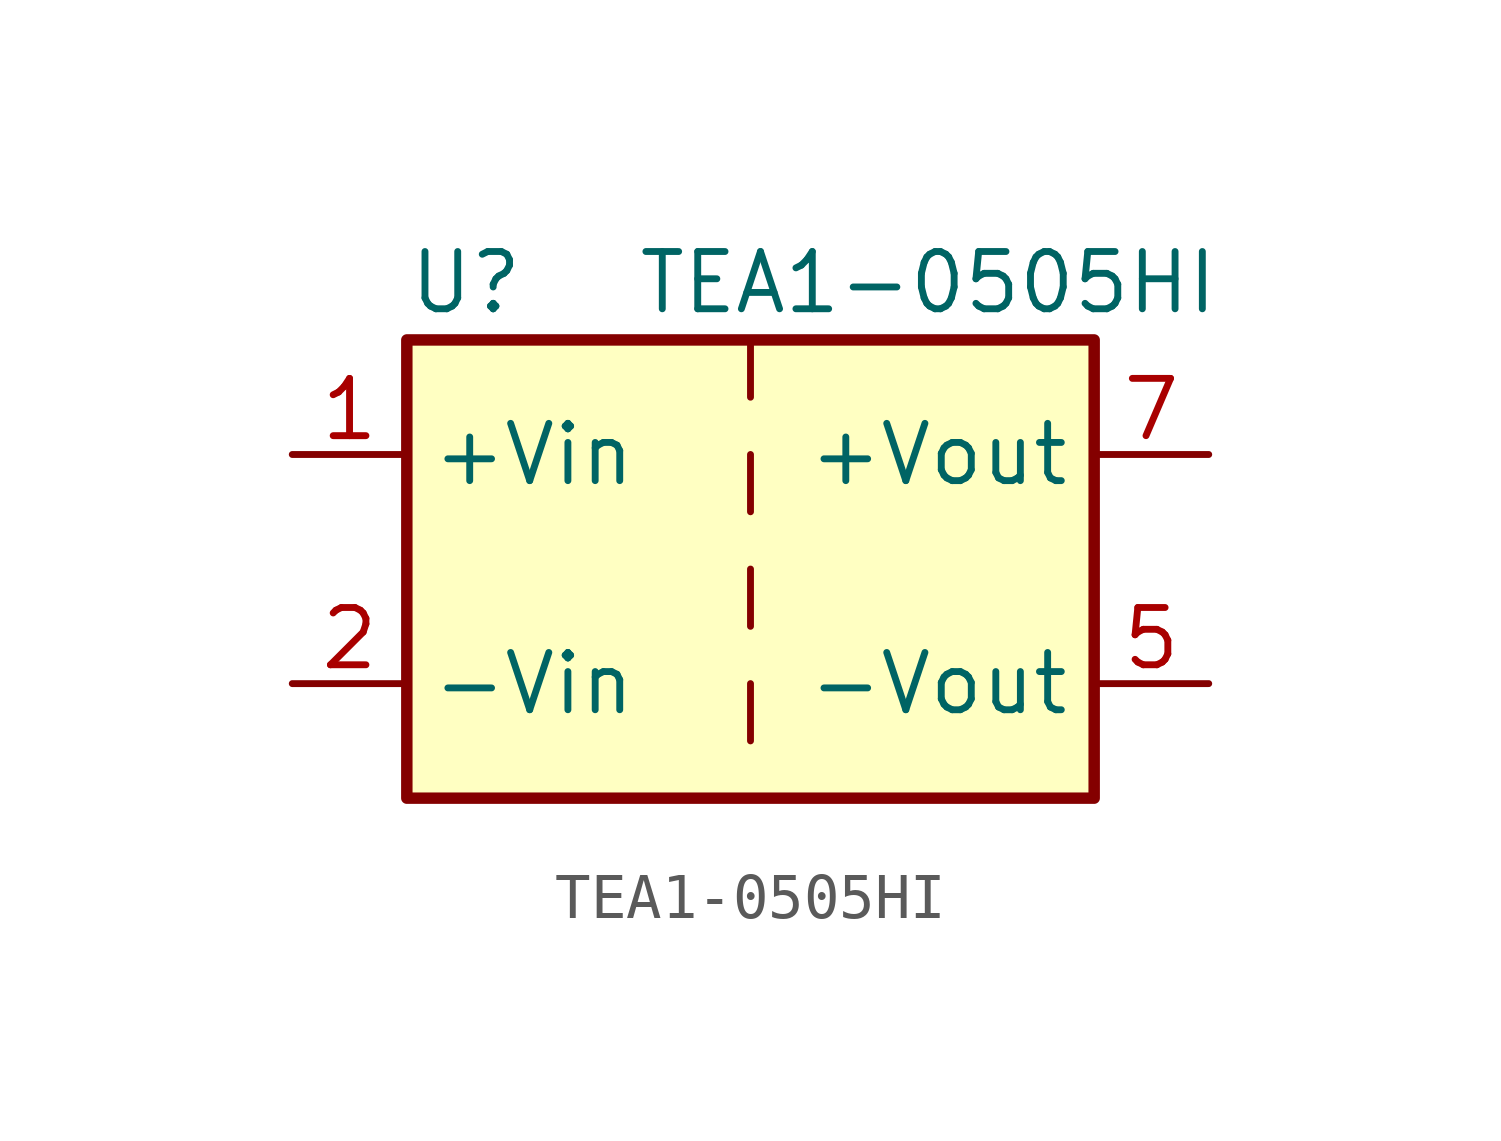
<source format=kicad_sym>
(kicad_symbol_lib
  (version 20220914)
  (generator kicad_symbol_editor)
  (symbol "TEA1-0505HI"
    (property "Reference" "U"
      (at -7.62 6.35 0)
      (effects (font (size 1.27 1.27)) (justify left)))
    (property "Value" "TEA1-0505HI"
      (at -2.54 6.35 0)
      (effects (font (size 1.27 1.27)) (justify left)))
    (symbol "TEA1-0505HI_0_1"
      (rectangle (start -7.62 5.08) (end 7.62 -5.08) (stroke (width 0.254) (type default)) (fill (type background)))
      (polyline (pts (xy 0 -2.54) (xy 0 -3.81)) (stroke (width 0) (type default)) (fill (type none)))
      (polyline (pts (xy 0 0) (xy 0 -1.27)) (stroke (width 0) (type default)) (fill (type none)))
      (polyline (pts (xy 0 2.54) (xy 0 1.27)) (stroke (width 0) (type default)) (fill (type none)))
      (polyline (pts (xy 0 5.08) (xy 0 3.81)) (stroke (width 0) (type default)) (fill (type none))))
    (symbol "TEA1-0505HI_1_1"
      (pin power_in line (at -10.16 2.54 0) (length 2.54) (name "+Vin" (effects (font (size 1.27 1.27)))) (number "1" (effects (font (size 1.27 1.27)))))
      (pin power_in line (at -10.16 -2.54 0) (length 2.54) (name "-Vin" (effects (font (size 1.27 1.27)))) (number "2" (effects (font (size 1.27 1.27)))))
      (pin power_out line (at 10.16 -2.54 180) (length 2.54) (name "-Vout" (effects (font (size 1.27 1.27)))) (number "5" (effects (font (size 1.27 1.27)))))
      (pin power_out line (at 10.16 2.54 180) (length 2.54) (name "+Vout" (effects (font (size 1.27 1.27)))) (number "7" (effects (font (size 1.27 1.27))))))))
</source>
